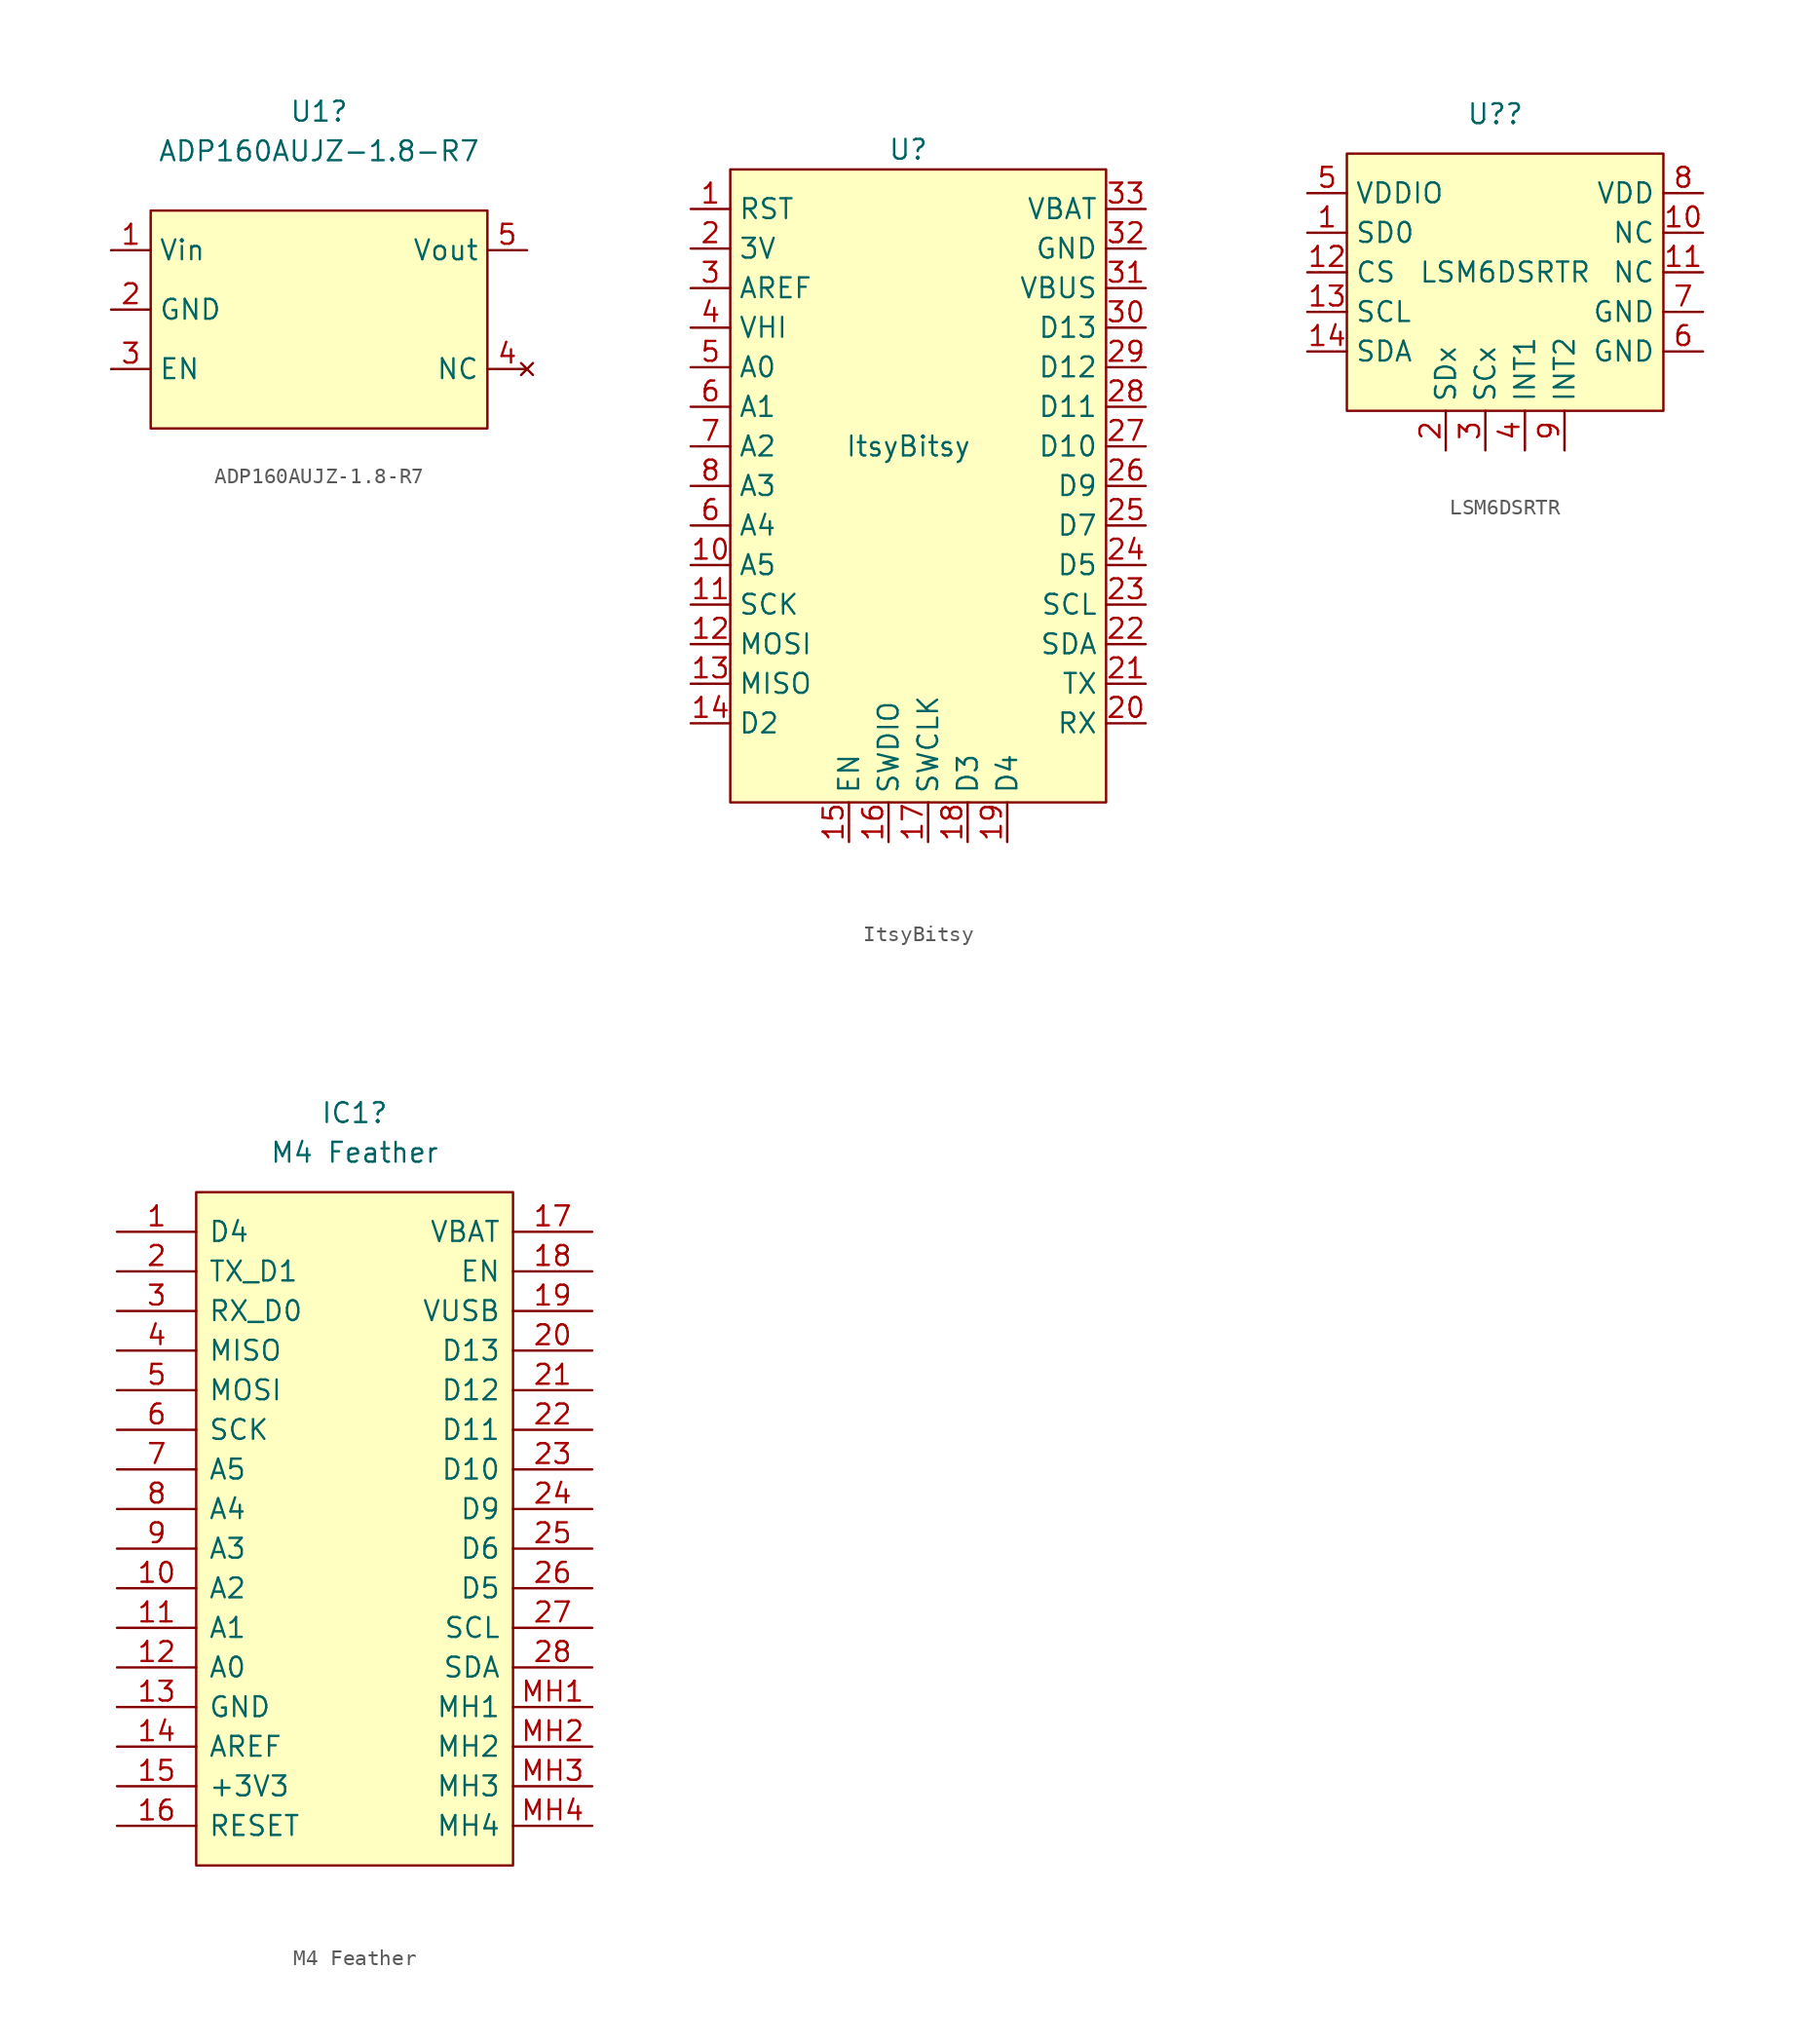
<source format=kicad_sym>
(kicad_symbol_lib
  (version 20211014)
  (generator kicad_symbol_editor)
  (symbol "ADP160AUJZ-1.8-R7"
    (property "Reference" "U1"
      (at 0.635 2.54 0)
      (effects (font (size 1.27 1.27))))
    (property "Value" "ADP160AUJZ-1.8-R7"
      (at 0.635 0 0)
      (effects (font (size 1.27 1.27))))
    (symbol "ADP160AUJZ-1.8-R7_0_1"
      (rectangle (start -10.16 -3.81) (end 11.43 -17.78) (stroke (width 0) (type default) (color 0 0 0 0)) (fill (type background))))
    (symbol "ADP160AUJZ-1.8-R7_1_1"
      (pin power_in line (at -12.7 -6.35 0) (length 2.54) (name "Vin" (effects (font (size 1.27 1.27)))) (number "1" (effects (font (size 1.27 1.27)))))
      (pin power_in line (at -12.7 -10.16 0) (length 2.54) (name "GND" (effects (font (size 1.27 1.27)))) (number "2" (effects (font (size 1.27 1.27)))))
      (pin input line (at -12.7 -13.97 0) (length 2.54) (name "EN" (effects (font (size 1.27 1.27)))) (number "3" (effects (font (size 1.27 1.27)))))
      (pin no_connect line (at 13.97 -13.97 180) (length 2.54) (name "NC" (effects (font (size 1.27 1.27)))) (number "4" (effects (font (size 1.27 1.27)))))
      (pin power_out line (at 13.97 -6.35 180) (length 2.54) (name "Vout" (effects (font (size 1.27 1.27)))) (number "5" (effects (font (size 1.27 1.27)))))))
  (symbol "ItsyBitsy"
    (property "Reference" "U"
      (at 1.27 10.16 0)
      (effects (font (size 1.27 1.27))))
    (property "Value" "ItsyBitsy"
      (at 1.27 -8.89 0)
      (effects (font (size 1.27 1.27))))
    (symbol "ItsyBitsy_0_1"
      (rectangle (start -10.16 8.89) (end 13.97 -31.75) (stroke (width 0) (type default) (color 0 0 0 0)) (fill (type background))))
    (symbol "ItsyBitsy_1_1"
      (pin input line (at -12.7 6.35 0) (length 2.54) (name "RST" (effects (font (size 1.27 1.27)))) (number "1" (effects (font (size 1.27 1.27)))))
      (pin bidirectional line (at -12.7 -16.51 0) (length 2.54) (name "A5" (effects (font (size 1.27 1.27)))) (number "10" (effects (font (size 1.27 1.27)))))
      (pin bidirectional line (at -12.7 -19.05 0) (length 2.54) (name "SCK" (effects (font (size 1.27 1.27)))) (number "11" (effects (font (size 1.27 1.27)))))
      (pin bidirectional line (at -12.7 -21.59 0) (length 2.54) (name "MOSI" (effects (font (size 1.27 1.27)))) (number "12" (effects (font (size 1.27 1.27)))))
      (pin bidirectional line (at -12.7 -24.13 0) (length 2.54) (name "MISO" (effects (font (size 1.27 1.27)))) (number "13" (effects (font (size 1.27 1.27)))))
      (pin bidirectional line (at -12.7 -26.67 0) (length 2.54) (name "D2" (effects (font (size 1.27 1.27)))) (number "14" (effects (font (size 1.27 1.27)))))
      (pin bidirectional line (at -2.54 -34.29 90) (length 2.54) (name "EN" (effects (font (size 1.27 1.27)))) (number "15" (effects (font (size 1.27 1.27)))))
      (pin bidirectional line (at 0 -34.29 90) (length 2.54) (name "SWDIO" (effects (font (size 1.27 1.27)))) (number "16" (effects (font (size 1.27 1.27)))))
      (pin bidirectional line (at 2.54 -34.29 90) (length 2.54) (name "SWCLK" (effects (font (size 1.27 1.27)))) (number "17" (effects (font (size 1.27 1.27)))))
      (pin bidirectional line (at 5.08 -34.29 90) (length 2.54) (name "D3" (effects (font (size 1.27 1.27)))) (number "18" (effects (font (size 1.27 1.27)))))
      (pin bidirectional line (at 7.62 -34.29 90) (length 2.54) (name "D4" (effects (font (size 1.27 1.27)))) (number "19" (effects (font (size 1.27 1.27)))))
      (pin output line (at -12.7 3.81 0) (length 2.54) (name "3V" (effects (font (size 1.27 1.27)))) (number "2" (effects (font (size 1.27 1.27)))))
      (pin bidirectional line (at 16.51 -26.67 180) (length 2.54) (name "RX" (effects (font (size 1.27 1.27)))) (number "20" (effects (font (size 1.27 1.27)))))
      (pin bidirectional line (at 16.51 -24.13 180) (length 2.54) (name "TX" (effects (font (size 1.27 1.27)))) (number "21" (effects (font (size 1.27 1.27)))))
      (pin bidirectional line (at 16.51 -21.59 180) (length 2.54) (name "SDA" (effects (font (size 1.27 1.27)))) (number "22" (effects (font (size 1.27 1.27)))))
      (pin bidirectional line (at 16.51 -19.05 180) (length 2.54) (name "SCL" (effects (font (size 1.27 1.27)))) (number "23" (effects (font (size 1.27 1.27)))))
      (pin bidirectional line (at 16.51 -16.51 180) (length 2.54) (name "D5" (effects (font (size 1.27 1.27)))) (number "24" (effects (font (size 1.27 1.27)))))
      (pin bidirectional line (at 16.51 -13.97 180) (length 2.54) (name "D7" (effects (font (size 1.27 1.27)))) (number "25" (effects (font (size 1.27 1.27)))))
      (pin bidirectional line (at 16.51 -11.43 180) (length 2.54) (name "D9" (effects (font (size 1.27 1.27)))) (number "26" (effects (font (size 1.27 1.27)))))
      (pin bidirectional line (at 16.51 -8.89 180) (length 2.54) (name "D10" (effects (font (size 1.27 1.27)))) (number "27" (effects (font (size 1.27 1.27)))))
      (pin bidirectional line (at 16.51 -6.35 180) (length 2.54) (name "D11" (effects (font (size 1.27 1.27)))) (number "28" (effects (font (size 1.27 1.27)))))
      (pin bidirectional line (at 16.51 -3.81 180) (length 2.54) (name "D12" (effects (font (size 1.27 1.27)))) (number "29" (effects (font (size 1.27 1.27)))))
      (pin output line (at -12.7 1.27 0) (length 2.54) (name "AREF" (effects (font (size 1.27 1.27)))) (number "3" (effects (font (size 1.27 1.27)))))
      (pin bidirectional line (at 16.51 -1.27 180) (length 2.54) (name "D13" (effects (font (size 1.27 1.27)))) (number "30" (effects (font (size 1.27 1.27)))))
      (pin bidirectional line (at 16.51 1.27 180) (length 2.54) (name "VBUS" (effects (font (size 1.27 1.27)))) (number "31" (effects (font (size 1.27 1.27)))))
      (pin bidirectional line (at 16.51 3.81 180) (length 2.54) (name "GND" (effects (font (size 1.27 1.27)))) (number "32" (effects (font (size 1.27 1.27)))))
      (pin bidirectional line (at 16.51 6.35 180) (length 2.54) (name "VBAT" (effects (font (size 1.27 1.27)))) (number "33" (effects (font (size 1.27 1.27)))))
      (pin input line (at -12.7 -1.27 0) (length 2.54) (name "VHI" (effects (font (size 1.27 1.27)))) (number "4" (effects (font (size 1.27 1.27)))))
      (pin bidirectional line (at -12.7 -3.81 0) (length 2.54) (name "A0" (effects (font (size 1.27 1.27)))) (number "5" (effects (font (size 1.27 1.27)))))
      (pin bidirectional line (at -12.7 -6.35 0) (length 2.54) (name "A1" (effects (font (size 1.27 1.27)))) (number "6" (effects (font (size 1.27 1.27)))))
      (pin bidirectional line (at -12.7 -13.97 0) (length 2.54) (name "A4" (effects (font (size 1.27 1.27)))) (number "6" (effects (font (size 1.27 1.27)))))
      (pin bidirectional line (at -12.7 -8.89 0) (length 2.54) (name "A2" (effects (font (size 1.27 1.27)))) (number "7" (effects (font (size 1.27 1.27)))))
      (pin bidirectional line (at -12.7 -11.43 0) (length 2.54) (name "A3" (effects (font (size 1.27 1.27)))) (number "8" (effects (font (size 1.27 1.27)))))))
  (symbol "LSM6DSRTR"
    (property "Reference" "U?"
      (at -0.635 10.16 0)
      (effects (font (size 1.27 1.27))))
    (property "Value" "LSM6DSRTR"
      (at 0 0 0)
      (effects (font (size 1.27 1.27))))
    (symbol "LSM6DSRTR_0_1"
      (rectangle (start -10.16 7.62) (end 10.16 -8.89) (stroke (width 0) (type default) (color 0 0 0 0)) (fill (type background))))
    (symbol "LSM6DSRTR_1_1"
      (pin input line (at -12.7 2.54 0) (length 2.54) (name "SD0" (effects (font (size 1.27 1.27)))) (number "1" (effects (font (size 1.27 1.27)))))
      (pin input line (at 12.7 2.54 180) (length 2.54) (name "NC" (effects (font (size 1.27 1.27)))) (number "10" (effects (font (size 1.27 1.27)))))
      (pin input line (at 12.7 0 180) (length 2.54) (name "NC" (effects (font (size 1.27 1.27)))) (number "11" (effects (font (size 1.27 1.27)))))
      (pin input line (at -12.7 0 0) (length 2.54) (name "CS" (effects (font (size 1.27 1.27)))) (number "12" (effects (font (size 1.27 1.27)))))
      (pin input line (at -12.7 -2.54 0) (length 2.54) (name "SCL" (effects (font (size 1.27 1.27)))) (number "13" (effects (font (size 1.27 1.27)))))
      (pin input line (at -12.7 -5.08 0) (length 2.54) (name "SDA" (effects (font (size 1.27 1.27)))) (number "14" (effects (font (size 1.27 1.27)))))
      (pin input line (at -3.81 -11.43 90) (length 2.54) (name "SDx" (effects (font (size 1.27 1.27)))) (number "2" (effects (font (size 1.27 1.27)))))
      (pin input line (at -1.27 -11.43 90) (length 2.54) (name "SCx" (effects (font (size 1.27 1.27)))) (number "3" (effects (font (size 1.27 1.27)))))
      (pin input line (at 1.27 -11.43 90) (length 2.54) (name "INT1" (effects (font (size 1.27 1.27)))) (number "4" (effects (font (size 1.27 1.27)))))
      (pin input line (at -12.7 5.08 0) (length 2.54) (name "VDDIO" (effects (font (size 1.27 1.27)))) (number "5" (effects (font (size 1.27 1.27)))))
      (pin input line (at 12.7 -5.08 180) (length 2.54) (name "GND" (effects (font (size 1.27 1.27)))) (number "6" (effects (font (size 1.27 1.27)))))
      (pin input line (at 12.7 -2.54 180) (length 2.54) (name "GND" (effects (font (size 1.27 1.27)))) (number "7" (effects (font (size 1.27 1.27)))))
      (pin input line (at 12.7 5.08 180) (length 2.54) (name "VDD" (effects (font (size 1.27 1.27)))) (number "8" (effects (font (size 1.27 1.27)))))
      (pin input line (at 3.81 -11.43 90) (length 2.54) (name "INT2" (effects (font (size 1.27 1.27)))) (number "9" (effects (font (size 1.27 1.27)))))))
  (symbol "M4 Feather"
    (pin_names
      (offset 0.762))
    (property "Reference" "IC1"
      (at 15.24 7.62 0)
      (effects (font (size 1.27 1.27))))
    (property "Value" "M4 Feather"
      (at 15.24 5.08 0)
      (effects (font (size 1.27 1.27))))
    (symbol "M4 Feather_0_0"
      (pin bidirectional line (at 0 0 0) (length 5.08) (name "D4" (effects (font (size 1.27 1.27)))) (number "1" (effects (font (size 1.27 1.27)))))
      (pin bidirectional line (at 0 -22.86 0) (length 5.08) (name "A2" (effects (font (size 1.27 1.27)))) (number "10" (effects (font (size 1.27 1.27)))))
      (pin bidirectional line (at 0 -25.4 0) (length 5.08) (name "A1" (effects (font (size 1.27 1.27)))) (number "11" (effects (font (size 1.27 1.27)))))
      (pin bidirectional line (at 0 -27.94 0) (length 5.08) (name "A0" (effects (font (size 1.27 1.27)))) (number "12" (effects (font (size 1.27 1.27)))))
      (pin power_in line (at 0 -30.48 0) (length 5.08) (name "GND" (effects (font (size 1.27 1.27)))) (number "13" (effects (font (size 1.27 1.27)))))
      (pin bidirectional line (at 0 -33.02 0) (length 5.08) (name "AREF" (effects (font (size 1.27 1.27)))) (number "14" (effects (font (size 1.27 1.27)))))
      (pin power_out line (at 0 -35.56 0) (length 5.08) (name "+3V3" (effects (font (size 1.27 1.27)))) (number "15" (effects (font (size 1.27 1.27)))))
      (pin input line (at 0 -38.1 0) (length 5.08) (name "RESET" (effects (font (size 1.27 1.27)))) (number "16" (effects (font (size 1.27 1.27)))))
      (pin power_in line (at 30.48 0 180) (length 5.08) (name "VBAT" (effects (font (size 1.27 1.27)))) (number "17" (effects (font (size 1.27 1.27)))))
      (pin input line (at 30.48 -2.54 180) (length 5.08) (name "EN" (effects (font (size 1.27 1.27)))) (number "18" (effects (font (size 1.27 1.27)))))
      (pin power_in line (at 30.48 -5.08 180) (length 5.08) (name "VUSB" (effects (font (size 1.27 1.27)))) (number "19" (effects (font (size 1.27 1.27)))))
      (pin bidirectional line (at 0 -2.54 0) (length 5.08) (name "TX_D1" (effects (font (size 1.27 1.27)))) (number "2" (effects (font (size 1.27 1.27)))))
      (pin bidirectional line (at 30.48 -7.62 180) (length 5.08) (name "D13" (effects (font (size 1.27 1.27)))) (number "20" (effects (font (size 1.27 1.27)))))
      (pin bidirectional line (at 30.48 -10.16 180) (length 5.08) (name "D12" (effects (font (size 1.27 1.27)))) (number "21" (effects (font (size 1.27 1.27)))))
      (pin bidirectional line (at 30.48 -12.7 180) (length 5.08) (name "D11" (effects (font (size 1.27 1.27)))) (number "22" (effects (font (size 1.27 1.27)))))
      (pin bidirectional line (at 30.48 -15.24 180) (length 5.08) (name "D10" (effects (font (size 1.27 1.27)))) (number "23" (effects (font (size 1.27 1.27)))))
      (pin bidirectional line (at 30.48 -17.78 180) (length 5.08) (name "D9" (effects (font (size 1.27 1.27)))) (number "24" (effects (font (size 1.27 1.27)))))
      (pin bidirectional line (at 30.48 -20.32 180) (length 5.08) (name "D6" (effects (font (size 1.27 1.27)))) (number "25" (effects (font (size 1.27 1.27)))))
      (pin bidirectional line (at 30.48 -22.86 180) (length 5.08) (name "D5" (effects (font (size 1.27 1.27)))) (number "26" (effects (font (size 1.27 1.27)))))
      (pin bidirectional line (at 30.48 -25.4 180) (length 5.08) (name "SCL" (effects (font (size 1.27 1.27)))) (number "27" (effects (font (size 1.27 1.27)))))
      (pin bidirectional line (at 30.48 -27.94 180) (length 5.08) (name "SDA" (effects (font (size 1.27 1.27)))) (number "28" (effects (font (size 1.27 1.27)))))
      (pin bidirectional line (at 0 -5.08 0) (length 5.08) (name "RX_D0" (effects (font (size 1.27 1.27)))) (number "3" (effects (font (size 1.27 1.27)))))
      (pin bidirectional line (at 0 -7.62 0) (length 5.08) (name "MISO" (effects (font (size 1.27 1.27)))) (number "4" (effects (font (size 1.27 1.27)))))
      (pin bidirectional line (at 0 -10.16 0) (length 5.08) (name "MOSI" (effects (font (size 1.27 1.27)))) (number "5" (effects (font (size 1.27 1.27)))))
      (pin bidirectional line (at 0 -12.7 0) (length 5.08) (name "SCK" (effects (font (size 1.27 1.27)))) (number "6" (effects (font (size 1.27 1.27)))))
      (pin bidirectional line (at 0 -15.24 0) (length 5.08) (name "A5" (effects (font (size 1.27 1.27)))) (number "7" (effects (font (size 1.27 1.27)))))
      (pin bidirectional line (at 0 -17.78 0) (length 5.08) (name "A4" (effects (font (size 1.27 1.27)))) (number "8" (effects (font (size 1.27 1.27)))))
      (pin bidirectional line (at 0 -20.32 0) (length 5.08) (name "A3" (effects (font (size 1.27 1.27)))) (number "9" (effects (font (size 1.27 1.27)))))
      (pin passive line (at 30.48 -30.48 180) (length 5.08) (name "MH1" (effects (font (size 1.27 1.27)))) (number "MH1" (effects (font (size 1.27 1.27)))))
      (pin passive line (at 30.48 -33.02 180) (length 5.08) (name "MH2" (effects (font (size 1.27 1.27)))) (number "MH2" (effects (font (size 1.27 1.27)))))
      (pin passive line (at 30.48 -35.56 180) (length 5.08) (name "MH3" (effects (font (size 1.27 1.27)))) (number "MH3" (effects (font (size 1.27 1.27)))))
      (pin passive line (at 30.48 -38.1 180) (length 5.08) (name "MH4" (effects (font (size 1.27 1.27)))) (number "MH4" (effects (font (size 1.27 1.27))))))
    (symbol "M4 Feather_0_1"
      (polyline (pts (xy 5.08 2.54) (xy 25.4 2.54) (xy 25.4 -40.64) (xy 5.08 -40.64) (xy 5.08 2.54)) (stroke (width 0.152) (type default) (color 0 0 0 0)) (fill (type background))))))
</source>
